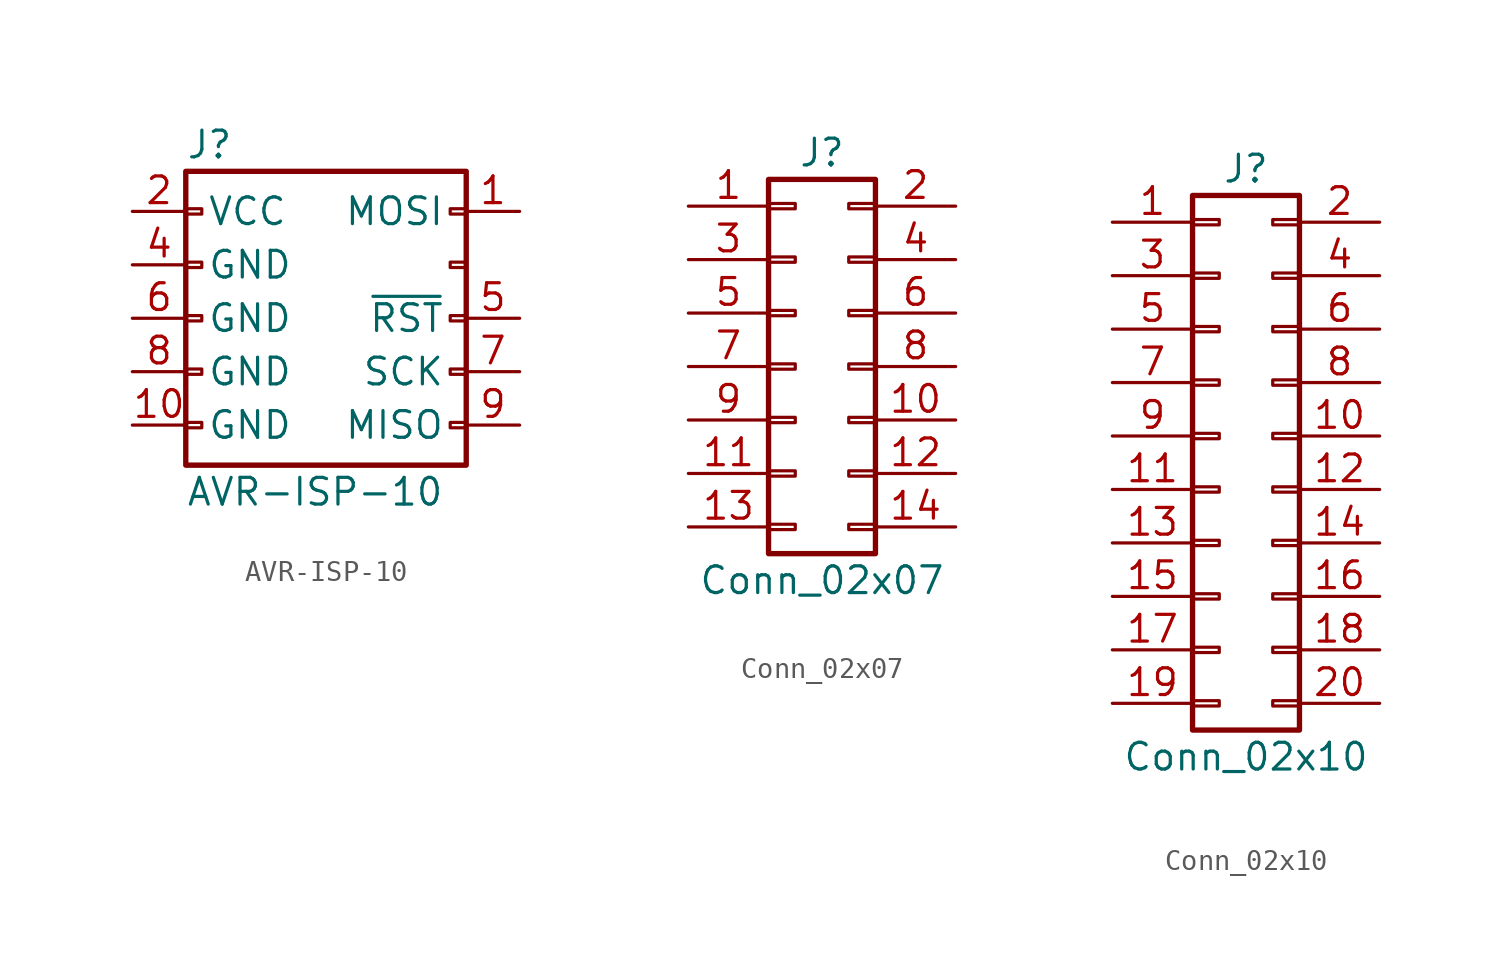
<source format=kicad_sym>
(kicad_symbol_lib
  (version 20220914)
  (generator kicad_symbol_editor)
  (symbol "AVR-ISP-10"
    (pin_names
      (offset 1.016))
    (property "Reference" "J"
      (at -6.35 8.255 0)
      (effects (font (size 1.27 1.27)) (justify left)))
    (property "Value" "AVR-ISP-10"
      (at -6.35 -8.255 0)
      (effects (font (size 1.27 1.27)) (justify left)))
    (symbol "AVR-ISP-10_0_1"
      (rectangle (start -5.588 -4.953) (end -6.35 -5.207) (stroke (width 0) (type default)) (fill (type none)))
      (rectangle (start -5.588 -2.413) (end -6.35 -2.667) (stroke (width 0) (type default)) (fill (type none)))
      (rectangle (start -5.588 0.127) (end -6.35 -0.127) (stroke (width 0) (type default)) (fill (type none)))
      (rectangle (start -5.588 2.667) (end -6.35 2.413) (stroke (width 0) (type default)) (fill (type none)))
      (rectangle (start -5.588 5.207) (end -6.35 4.953) (stroke (width 0) (type default)) (fill (type none)))
      (rectangle (start 6.985 -4.953) (end 6.223 -5.207) (stroke (width 0) (type default)) (fill (type none)))
      (rectangle (start 6.985 -2.413) (end 6.223 -2.667) (stroke (width 0) (type default)) (fill (type none)))
      (rectangle (start 6.985 0.127) (end 6.223 -0.127) (stroke (width 0) (type default)) (fill (type none)))
      (rectangle (start 6.985 2.667) (end 6.223 2.413) (stroke (width 0) (type default)) (fill (type none)))
      (rectangle (start 6.985 5.207) (end 6.223 4.953) (stroke (width 0) (type default)) (fill (type none))))
    (symbol "AVR-ISP-10_1_1"
      (rectangle (start -6.35 6.985) (end 6.985 -6.985) (stroke (width 0.254) (type default)) (fill (type none)))
      (pin passive line (at 9.525 5.08 180) (length 2.54) (name "MOSI" (effects (font (size 1.27 1.27)))) (number "1" (effects (font (size 1.27 1.27)))))
      (pin passive line (at -8.89 -5.08 0) (length 2.54) (name "GND" (effects (font (size 1.27 1.27)))) (number "10" (effects (font (size 1.27 1.27)))))
      (pin passive line (at -8.89 5.08 0) (length 2.54) (name "VCC" (effects (font (size 1.27 1.27)))) (number "2" (effects (font (size 1.27 1.27)))))
      (pin no_connect line (at 9.525 2.54 180) (length 2.54) hide (name "NC" (effects (font (size 1.27 1.27)))) (number "3" (effects (font (size 1.27 1.27)))))
      (pin passive line (at -8.89 2.54 0) (length 2.54) (name "GND" (effects (font (size 1.27 1.27)))) (number "4" (effects (font (size 1.27 1.27)))))
      (pin passive line (at 9.525 0 180) (length 2.54) (name "~{RST}" (effects (font (size 1.27 1.27)))) (number "5" (effects (font (size 1.27 1.27)))))
      (pin passive line (at -8.89 0 0) (length 2.54) (name "GND" (effects (font (size 1.27 1.27)))) (number "6" (effects (font (size 1.27 1.27)))))
      (pin passive line (at 9.525 -2.54 180) (length 2.54) (name "SCK" (effects (font (size 1.27 1.27)))) (number "7" (effects (font (size 1.27 1.27)))))
      (pin passive line (at -8.89 -2.54 0) (length 2.54) (name "GND" (effects (font (size 1.27 1.27)))) (number "8" (effects (font (size 1.27 1.27)))))
      (pin passive line (at 9.525 -5.08 180) (length 2.54) (name "MISO" (effects (font (size 1.27 1.27)))) (number "9" (effects (font (size 1.27 1.27)))))))
  (symbol "Conn_02x07"
    (pin_names
      (offset 1.016) hide)
    (property "Reference" "J"
      (at 0 10.16 0)
      (effects (font (size 1.27 1.27))))
    (property "Value" "Conn_02x07"
      (at 0 -10.16 0)
      (effects (font (size 1.27 1.27))))
    (symbol "Conn_02x07_1_1"
      (rectangle (start -2.54 -7.493) (end -1.27 -7.747) (stroke (width 0.152) (type default)) (fill (type none)))
      (rectangle (start -2.54 -4.953) (end -1.27 -5.207) (stroke (width 0.152) (type default)) (fill (type none)))
      (rectangle (start -2.54 -2.413) (end -1.27 -2.667) (stroke (width 0.152) (type default)) (fill (type none)))
      (rectangle (start -2.54 0.127) (end -1.27 -0.127) (stroke (width 0.152) (type default)) (fill (type none)))
      (rectangle (start -2.54 2.667) (end -1.27 2.413) (stroke (width 0.152) (type default)) (fill (type none)))
      (rectangle (start -2.54 5.207) (end -1.27 4.953) (stroke (width 0.152) (type default)) (fill (type none)))
      (rectangle (start -2.54 7.747) (end -1.27 7.493) (stroke (width 0.152) (type default)) (fill (type none)))
      (rectangle (start -2.54 8.89) (end 2.54 -8.89) (stroke (width 0.254) (type default)) (fill (type none)))
      (rectangle (start 2.54 -7.493) (end 1.27 -7.747) (stroke (width 0.152) (type default)) (fill (type none)))
      (rectangle (start 2.54 -4.953) (end 1.27 -5.207) (stroke (width 0.152) (type default)) (fill (type none)))
      (rectangle (start 2.54 -2.413) (end 1.27 -2.667) (stroke (width 0.152) (type default)) (fill (type none)))
      (rectangle (start 2.54 0.127) (end 1.27 -0.127) (stroke (width 0.152) (type default)) (fill (type none)))
      (rectangle (start 2.54 2.667) (end 1.27 2.413) (stroke (width 0.152) (type default)) (fill (type none)))
      (rectangle (start 2.54 5.207) (end 1.27 4.953) (stroke (width 0.152) (type default)) (fill (type none)))
      (rectangle (start 2.54 7.747) (end 1.27 7.493) (stroke (width 0.152) (type default)) (fill (type none)))
      (pin passive line (at -6.35 7.62 0) (length 3.81) (name "Pin_1" (effects (font (size 1.27 1.27)))) (number "1" (effects (font (size 1.27 1.27)))))
      (pin passive line (at 6.35 -2.54 180) (length 3.81) (name "Pin_10" (effects (font (size 1.27 1.27)))) (number "10" (effects (font (size 1.27 1.27)))))
      (pin passive line (at -6.35 -5.08 0) (length 3.81) (name "Pin_11" (effects (font (size 1.27 1.27)))) (number "11" (effects (font (size 1.27 1.27)))))
      (pin passive line (at 6.35 -5.08 180) (length 3.81) (name "Pin_12" (effects (font (size 1.27 1.27)))) (number "12" (effects (font (size 1.27 1.27)))))
      (pin passive line (at -6.35 -7.62 0) (length 3.81) (name "Pin_13" (effects (font (size 1.27 1.27)))) (number "13" (effects (font (size 1.27 1.27)))))
      (pin passive line (at 6.35 -7.62 180) (length 3.81) (name "Pin_14" (effects (font (size 1.27 1.27)))) (number "14" (effects (font (size 1.27 1.27)))))
      (pin passive line (at 6.35 7.62 180) (length 3.81) (name "Pin_2" (effects (font (size 1.27 1.27)))) (number "2" (effects (font (size 1.27 1.27)))))
      (pin passive line (at -6.35 5.08 0) (length 3.81) (name "Pin_3" (effects (font (size 1.27 1.27)))) (number "3" (effects (font (size 1.27 1.27)))))
      (pin passive line (at 6.35 5.08 180) (length 3.81) (name "Pin_4" (effects (font (size 1.27 1.27)))) (number "4" (effects (font (size 1.27 1.27)))))
      (pin passive line (at -6.35 2.54 0) (length 3.81) (name "Pin_5" (effects (font (size 1.27 1.27)))) (number "5" (effects (font (size 1.27 1.27)))))
      (pin passive line (at 6.35 2.54 180) (length 3.81) (name "Pin_6" (effects (font (size 1.27 1.27)))) (number "6" (effects (font (size 1.27 1.27)))))
      (pin passive line (at -6.35 0 0) (length 3.81) (name "Pin_7" (effects (font (size 1.27 1.27)))) (number "7" (effects (font (size 1.27 1.27)))))
      (pin passive line (at 6.35 0 180) (length 3.81) (name "Pin_8" (effects (font (size 1.27 1.27)))) (number "8" (effects (font (size 1.27 1.27)))))
      (pin passive line (at -6.35 -2.54 0) (length 3.81) (name "Pin_9" (effects (font (size 1.27 1.27)))) (number "9" (effects (font (size 1.27 1.27)))))))
  (symbol "Conn_02x10"
    (pin_names
      (offset 1.016) hide)
    (property "Reference" "J"
      (at 0 12.7 0)
      (effects (font (size 1.27 1.27))))
    (property "Value" "Conn_02x10"
      (at 0 -15.24 0)
      (effects (font (size 1.27 1.27))))
    (symbol "Conn_02x10_1_1"
      (rectangle (start -2.54 -12.573) (end -1.27 -12.827) (stroke (width 0.152) (type default)) (fill (type none)))
      (rectangle (start -2.54 -10.033) (end -1.27 -10.287) (stroke (width 0.152) (type default)) (fill (type none)))
      (rectangle (start -2.54 -7.493) (end -1.27 -7.747) (stroke (width 0.152) (type default)) (fill (type none)))
      (rectangle (start -2.54 -4.953) (end -1.27 -5.207) (stroke (width 0.152) (type default)) (fill (type none)))
      (rectangle (start -2.54 -2.413) (end -1.27 -2.667) (stroke (width 0.152) (type default)) (fill (type none)))
      (rectangle (start -2.54 0.127) (end -1.27 -0.127) (stroke (width 0.152) (type default)) (fill (type none)))
      (rectangle (start -2.54 2.667) (end -1.27 2.413) (stroke (width 0.152) (type default)) (fill (type none)))
      (rectangle (start -2.54 5.207) (end -1.27 4.953) (stroke (width 0.152) (type default)) (fill (type none)))
      (rectangle (start -2.54 7.747) (end -1.27 7.493) (stroke (width 0.152) (type default)) (fill (type none)))
      (rectangle (start -2.54 10.287) (end -1.27 10.033) (stroke (width 0.152) (type default)) (fill (type none)))
      (rectangle (start -2.54 11.43) (end 2.54 -13.97) (stroke (width 0.254) (type default)) (fill (type none)))
      (rectangle (start 2.54 -12.573) (end 1.27 -12.827) (stroke (width 0.152) (type default)) (fill (type none)))
      (rectangle (start 2.54 -10.033) (end 1.27 -10.287) (stroke (width 0.152) (type default)) (fill (type none)))
      (rectangle (start 2.54 -7.493) (end 1.27 -7.747) (stroke (width 0.152) (type default)) (fill (type none)))
      (rectangle (start 2.54 -4.953) (end 1.27 -5.207) (stroke (width 0.152) (type default)) (fill (type none)))
      (rectangle (start 2.54 -2.413) (end 1.27 -2.667) (stroke (width 0.152) (type default)) (fill (type none)))
      (rectangle (start 2.54 0.127) (end 1.27 -0.127) (stroke (width 0.152) (type default)) (fill (type none)))
      (rectangle (start 2.54 2.667) (end 1.27 2.413) (stroke (width 0.152) (type default)) (fill (type none)))
      (rectangle (start 2.54 5.207) (end 1.27 4.953) (stroke (width 0.152) (type default)) (fill (type none)))
      (rectangle (start 2.54 7.747) (end 1.27 7.493) (stroke (width 0.152) (type default)) (fill (type none)))
      (rectangle (start 2.54 10.287) (end 1.27 10.033) (stroke (width 0.152) (type default)) (fill (type none)))
      (pin passive line (at -6.35 10.16 0) (length 3.81) (name "Pin_1" (effects (font (size 1.27 1.27)))) (number "1" (effects (font (size 1.27 1.27)))))
      (pin passive line (at 6.35 0 180) (length 3.81) (name "Pin_10" (effects (font (size 1.27 1.27)))) (number "10" (effects (font (size 1.27 1.27)))))
      (pin passive line (at -6.35 -2.54 0) (length 3.81) (name "Pin_11" (effects (font (size 1.27 1.27)))) (number "11" (effects (font (size 1.27 1.27)))))
      (pin passive line (at 6.35 -2.54 180) (length 3.81) (name "Pin_12" (effects (font (size 1.27 1.27)))) (number "12" (effects (font (size 1.27 1.27)))))
      (pin passive line (at -6.35 -5.08 0) (length 3.81) (name "Pin_13" (effects (font (size 1.27 1.27)))) (number "13" (effects (font (size 1.27 1.27)))))
      (pin passive line (at 6.35 -5.08 180) (length 3.81) (name "Pin_14" (effects (font (size 1.27 1.27)))) (number "14" (effects (font (size 1.27 1.27)))))
      (pin passive line (at -6.35 -7.62 0) (length 3.81) (name "Pin_15" (effects (font (size 1.27 1.27)))) (number "15" (effects (font (size 1.27 1.27)))))
      (pin passive line (at 6.35 -7.62 180) (length 3.81) (name "Pin_16" (effects (font (size 1.27 1.27)))) (number "16" (effects (font (size 1.27 1.27)))))
      (pin passive line (at -6.35 -10.16 0) (length 3.81) (name "Pin_17" (effects (font (size 1.27 1.27)))) (number "17" (effects (font (size 1.27 1.27)))))
      (pin passive line (at 6.35 -10.16 180) (length 3.81) (name "Pin_18" (effects (font (size 1.27 1.27)))) (number "18" (effects (font (size 1.27 1.27)))))
      (pin passive line (at -6.35 -12.7 0) (length 3.81) (name "Pin_19" (effects (font (size 1.27 1.27)))) (number "19" (effects (font (size 1.27 1.27)))))
      (pin passive line (at 6.35 10.16 180) (length 3.81) (name "Pin_2" (effects (font (size 1.27 1.27)))) (number "2" (effects (font (size 1.27 1.27)))))
      (pin passive line (at 6.35 -12.7 180) (length 3.81) (name "Pin_20" (effects (font (size 1.27 1.27)))) (number "20" (effects (font (size 1.27 1.27)))))
      (pin passive line (at -6.35 7.62 0) (length 3.81) (name "Pin_3" (effects (font (size 1.27 1.27)))) (number "3" (effects (font (size 1.27 1.27)))))
      (pin passive line (at 6.35 7.62 180) (length 3.81) (name "Pin_4" (effects (font (size 1.27 1.27)))) (number "4" (effects (font (size 1.27 1.27)))))
      (pin passive line (at -6.35 5.08 0) (length 3.81) (name "Pin_5" (effects (font (size 1.27 1.27)))) (number "5" (effects (font (size 1.27 1.27)))))
      (pin passive line (at 6.35 5.08 180) (length 3.81) (name "Pin_6" (effects (font (size 1.27 1.27)))) (number "6" (effects (font (size 1.27 1.27)))))
      (pin passive line (at -6.35 2.54 0) (length 3.81) (name "Pin_7" (effects (font (size 1.27 1.27)))) (number "7" (effects (font (size 1.27 1.27)))))
      (pin passive line (at 6.35 2.54 180) (length 3.81) (name "Pin_8" (effects (font (size 1.27 1.27)))) (number "8" (effects (font (size 1.27 1.27)))))
      (pin passive line (at -6.35 0 0) (length 3.81) (name "Pin_9" (effects (font (size 1.27 1.27)))) (number "9" (effects (font (size 1.27 1.27))))))))
</source>
